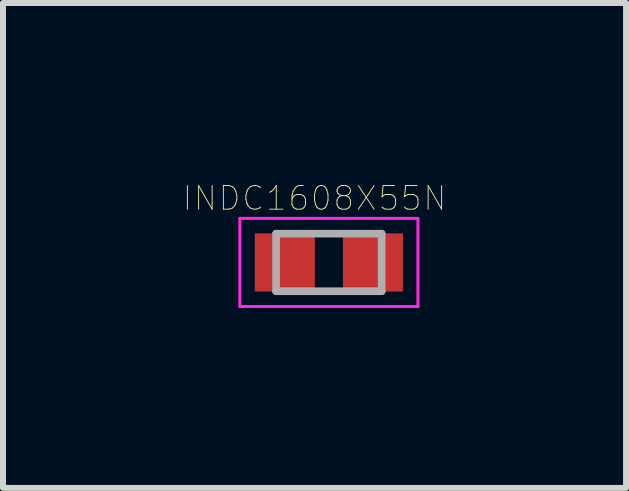
<source format=kicad_pcb>
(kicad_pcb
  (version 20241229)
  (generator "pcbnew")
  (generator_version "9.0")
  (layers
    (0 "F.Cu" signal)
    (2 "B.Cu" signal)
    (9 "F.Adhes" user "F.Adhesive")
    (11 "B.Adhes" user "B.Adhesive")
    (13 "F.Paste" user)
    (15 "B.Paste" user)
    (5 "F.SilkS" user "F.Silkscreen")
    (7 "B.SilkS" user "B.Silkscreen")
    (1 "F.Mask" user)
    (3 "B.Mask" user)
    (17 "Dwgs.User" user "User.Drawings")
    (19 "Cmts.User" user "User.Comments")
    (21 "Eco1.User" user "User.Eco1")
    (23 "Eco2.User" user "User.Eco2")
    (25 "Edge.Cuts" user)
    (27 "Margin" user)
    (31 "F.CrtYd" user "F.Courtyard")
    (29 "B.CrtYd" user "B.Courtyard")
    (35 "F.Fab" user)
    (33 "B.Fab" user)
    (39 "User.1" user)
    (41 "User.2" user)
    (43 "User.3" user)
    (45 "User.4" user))
  (footprint "INDC1608X55N"
    (layer "F.Cu")
    (at 2.435 1.327)
    (property "Reference" "INDC1608X55N" (at -0.24 -1.07 0) (layer "F.SilkS") (effects (font (size 0.394 0.394) (thickness 0.015))))
    (attr through_hole)
    (fp_line (start -1.485 -0.735) (end 1.485 -0.735) (stroke (width 0.05) (type solid)) (layer "F.CrtYd"))
    (fp_line (start -1.485 0.735) (end -1.485 -0.735) (stroke (width 0.05) (type solid)) (layer "F.CrtYd"))
    (fp_line (start -1.485 0.735) (end 1.485 0.735) (stroke (width 0.05) (type solid)) (layer "F.CrtYd"))
    (fp_line (start 1.485 0.735) (end 1.485 -0.735) (stroke (width 0.05) (type solid)) (layer "F.CrtYd"))
    (fp_line (start -0.88 0.48) (end -0.88 -0.48) (stroke (width 0.127) (type solid)) (layer "F.Fab"))
    (fp_line (start 0.88 -0.48) (end -0.88 -0.48) (stroke (width 0.127) (type solid)) (layer "F.Fab"))
    (fp_line (start 0.88 0.48) (end -0.88 0.48) (stroke (width 0.127) (type solid)) (layer "F.Fab"))
    (fp_line (start 0.88 0.48) (end 0.88 -0.48) (stroke (width 0.127) (type solid)) (layer "F.Fab"))
    (pad "1" smd rect (at -0.735 0) (size 1 0.97) (layers "F.Cu" "F.Mask" "F.Paste"))
    (pad "2" smd rect (at 0.735 0) (size 1 0.97) (layers "F.Cu" "F.Mask" "F.Paste")))
  (gr_rect
    (start -3 -3)
    (end 7.391 5.087)
    (stroke (width 0.1) (type default))
    (fill no)
    (layer "Edge.Cuts")))
</source>
